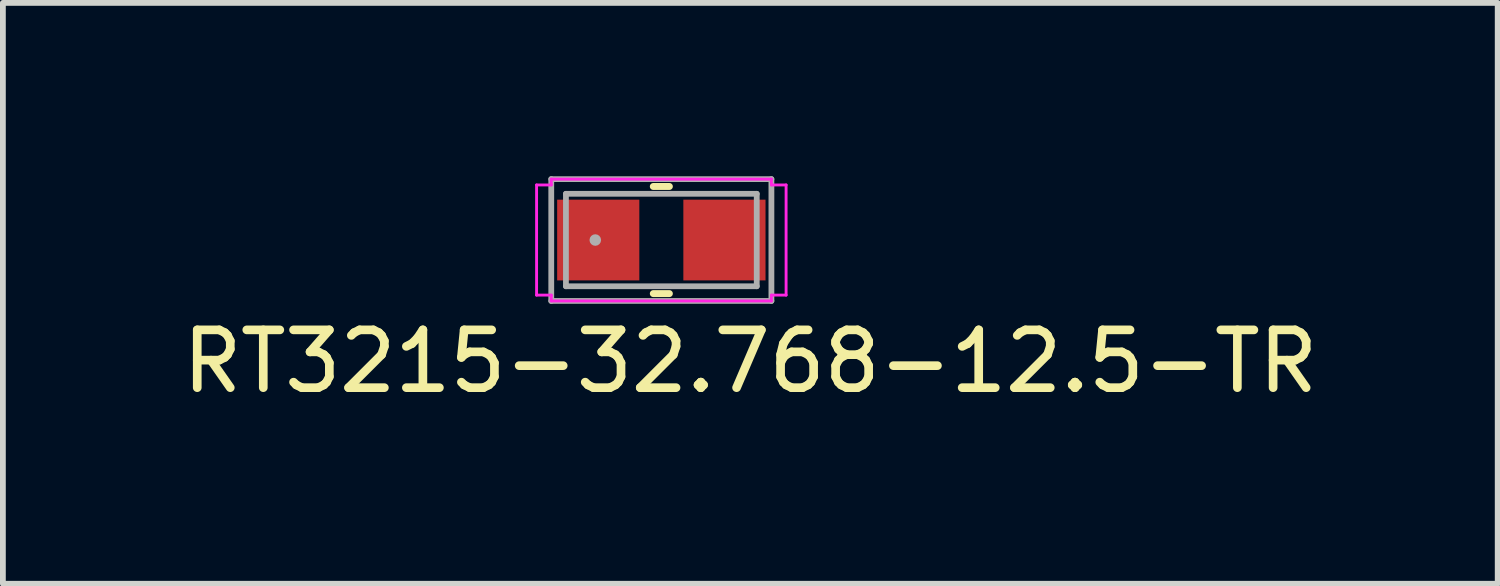
<source format=kicad_pcb>
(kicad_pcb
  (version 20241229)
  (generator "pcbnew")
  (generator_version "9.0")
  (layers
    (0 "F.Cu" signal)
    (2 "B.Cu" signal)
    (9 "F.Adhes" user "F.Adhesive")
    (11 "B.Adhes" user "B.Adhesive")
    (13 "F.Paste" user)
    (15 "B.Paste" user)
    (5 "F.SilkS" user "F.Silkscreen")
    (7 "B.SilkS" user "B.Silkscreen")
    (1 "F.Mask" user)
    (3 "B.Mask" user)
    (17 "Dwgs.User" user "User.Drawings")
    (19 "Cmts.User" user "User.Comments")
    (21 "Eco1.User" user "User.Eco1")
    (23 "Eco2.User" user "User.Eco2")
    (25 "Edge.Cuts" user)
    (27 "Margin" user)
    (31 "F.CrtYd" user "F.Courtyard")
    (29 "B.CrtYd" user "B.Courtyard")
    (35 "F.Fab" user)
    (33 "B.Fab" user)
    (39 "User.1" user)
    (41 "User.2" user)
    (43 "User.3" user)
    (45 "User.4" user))
  (footprint "RT3215-32.768-12.5-TR"
    (layer "F.Cu")
    (at 8.395 1.104)
    (property "Reference" "RT3215-32.768-12.5-TR" (at 1.54 2.1 0) (layer "F.SilkS") (effects (font (size 1 1) (thickness 0.15))))
    (attr smd)
    (fp_line (start -0.139 0.927) (end 0.139 0.927) (stroke (width 0.12) (type solid)) (layer "F.SilkS"))
    (fp_line (start 0.139 -0.927) (end -0.139 -0.927) (stroke (width 0.12) (type solid)) (layer "F.SilkS"))
    (fp_line (start -2.159 -0.953) (end -1.905 -0.953) (stroke (width 0.05) (type solid)) (layer "F.CrtYd"))
    (fp_line (start -2.159 0.953) (end -2.159 -0.953) (stroke (width 0.05) (type solid)) (layer "F.CrtYd"))
    (fp_line (start -1.905 -1.054) (end 1.905 -1.054) (stroke (width 0.05) (type solid)) (layer "F.CrtYd"))
    (fp_line (start -1.905 -0.953) (end -1.905 -1.054) (stroke (width 0.05) (type solid)) (layer "F.CrtYd"))
    (fp_line (start -1.905 0.953) (end -2.159 0.953) (stroke (width 0.05) (type solid)) (layer "F.CrtYd"))
    (fp_line (start -1.905 1.054) (end -1.905 0.953) (stroke (width 0.05) (type solid)) (layer "F.CrtYd"))
    (fp_line (start 1.905 -1.054) (end 1.905 -0.953) (stroke (width 0.05) (type solid)) (layer "F.CrtYd"))
    (fp_line (start 1.905 -0.953) (end 2.159 -0.953) (stroke (width 0.05) (type solid)) (layer "F.CrtYd"))
    (fp_line (start 1.905 0.953) (end 1.905 1.054) (stroke (width 0.05) (type solid)) (layer "F.CrtYd"))
    (fp_line (start 1.905 1.054) (end -1.905 1.054) (stroke (width 0.05) (type solid)) (layer "F.CrtYd"))
    (fp_line (start 2.159 -0.953) (end 2.159 0.953) (stroke (width 0.05) (type solid)) (layer "F.CrtYd"))
    (fp_line (start 2.159 0.953) (end 1.905 0.953) (stroke (width 0.05) (type solid)) (layer "F.CrtYd"))
    (fp_line (start -1.905 -1.054) (end 1.905 -1.054) (stroke (width 0.1) (type solid)) (layer "F.Fab"))
    (fp_line (start -1.905 1.054) (end -1.905 -1.054) (stroke (width 0.1) (type solid)) (layer "F.Fab"))
    (fp_line (start -1.651 -0.8) (end -1.651 0.8) (stroke (width 0.1) (type solid)) (layer "F.Fab"))
    (fp_line (start -1.651 0.8) (end 1.651 0.8) (stroke (width 0.1) (type solid)) (layer "F.Fab"))
    (fp_line (start 1.651 -0.8) (end -1.651 -0.8) (stroke (width 0.1) (type solid)) (layer "F.Fab"))
    (fp_line (start 1.651 0.8) (end 1.651 -0.8) (stroke (width 0.1) (type solid)) (layer "F.Fab"))
    (fp_line (start 1.905 -1.054) (end 1.905 1.054) (stroke (width 0.1) (type solid)) (layer "F.Fab"))
    (fp_line (start 1.905 1.054) (end -1.905 1.054) (stroke (width 0.1) (type solid)) (layer "F.Fab"))
    (fp_circle (center -1.143 0) (end -1.143 0) (stroke (width 0.1) (type solid)) (fill no) (layer "F.Fab"))
    (pad "1" smd rect (at -1.092 0 90) (size 1.397 1.422) (layers "F.Cu" "F.Mask" "F.Paste"))
    (pad "2" smd rect (at 1.092 0 90) (size 1.397 1.422) (layers "F.Cu" "F.Mask" "F.Paste")))
  (gr_rect
    (start -3 -3)
    (end 22.869 7.052)
    (stroke (width 0.1) (type default))
    (fill no)
    (layer "Edge.Cuts")))
</source>
